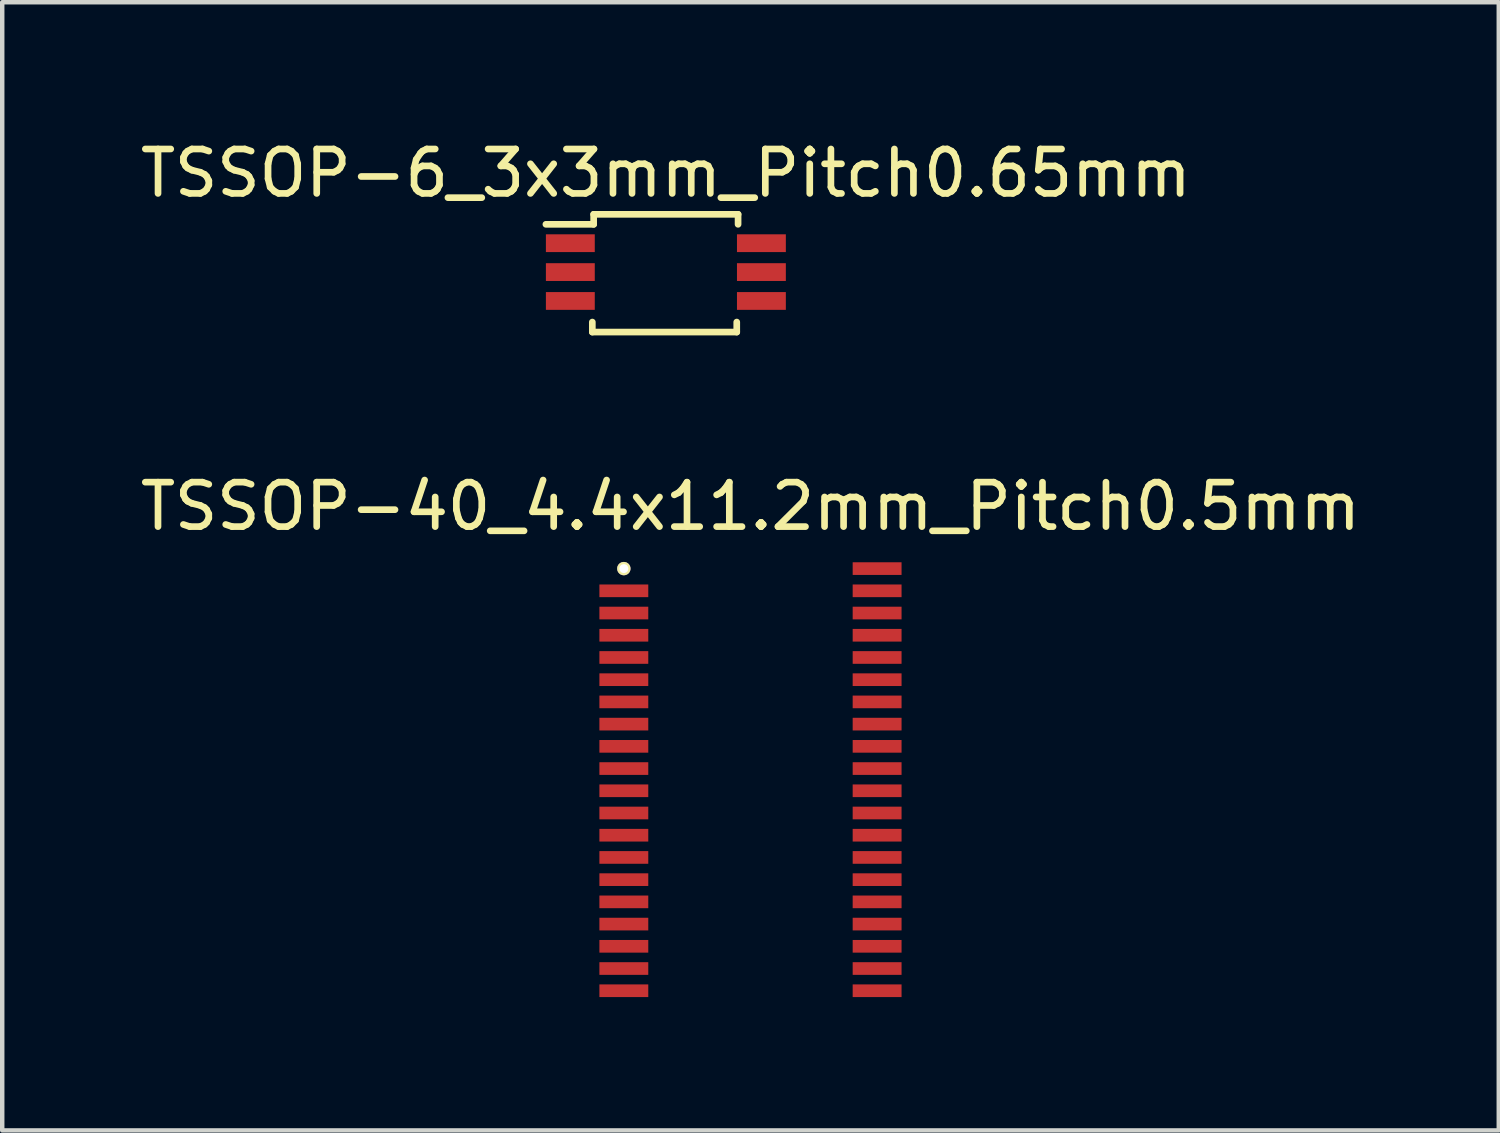
<source format=kicad_pcb>
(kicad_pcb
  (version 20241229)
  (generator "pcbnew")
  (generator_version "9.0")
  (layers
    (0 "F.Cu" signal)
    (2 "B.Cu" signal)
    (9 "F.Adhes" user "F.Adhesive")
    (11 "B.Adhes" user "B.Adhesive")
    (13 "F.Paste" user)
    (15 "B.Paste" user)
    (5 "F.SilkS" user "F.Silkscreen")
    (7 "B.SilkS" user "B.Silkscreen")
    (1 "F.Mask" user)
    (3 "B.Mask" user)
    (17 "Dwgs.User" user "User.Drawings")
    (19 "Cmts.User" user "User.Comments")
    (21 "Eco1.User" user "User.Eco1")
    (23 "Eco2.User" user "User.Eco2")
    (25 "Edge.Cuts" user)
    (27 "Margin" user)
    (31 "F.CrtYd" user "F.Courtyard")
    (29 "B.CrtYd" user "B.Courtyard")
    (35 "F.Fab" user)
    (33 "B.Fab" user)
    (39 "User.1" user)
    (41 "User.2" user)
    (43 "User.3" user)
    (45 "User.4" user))
  (footprint "TSSOP-6_3x3mm_Pitch0.65mm"
    (layer "F.Cu")
    (at 11.935 3.398)
    (property "Reference" "TSSOP-6_3x3mm_Pitch0.65mm" (at 0 -2.55 0) (layer "F.SilkS") (effects (font (size 1 1) (thickness 0.15))))
    (attr smd)
    (fp_line (start -1.655 1.025) (end -1.655 0.8) (stroke (width 0.15) (type solid)) (layer "F.SilkS"))
    (fp_line (start -1.655 1.025) (end 1.595 1.025) (stroke (width 0.15) (type solid)) (layer "F.SilkS"))
    (fp_line (start -1.625 -1.625) (end -1.625 -1.4) (stroke (width 0.15) (type solid)) (layer "F.SilkS"))
    (fp_line (start -1.625 -1.625) (end 1.625 -1.625) (stroke (width 0.15) (type solid)) (layer "F.SilkS"))
    (fp_line (start -1.625 -1.4) (end -2.7 -1.4) (stroke (width 0.15) (type solid)) (layer "F.SilkS"))
    (fp_line (start 1.595 1.025) (end 1.595 0.8) (stroke (width 0.15) (type solid)) (layer "F.SilkS"))
    (fp_line (start 1.625 -1.625) (end 1.625 -1.4) (stroke (width 0.15) (type solid)) (layer "F.SilkS"))
    (pad "1" smd rect (at -2.15 -0.975) (size 1.1 0.4) (layers "F.Cu" "F.Mask" "F.Paste"))
    (pad "2" smd rect (at -2.15 -0.325) (size 1.1 0.4) (layers "F.Cu" "F.Mask" "F.Paste"))
    (pad "3" smd rect (at -2.15 0.325) (size 1.1 0.4) (layers "F.Cu" "F.Mask" "F.Paste"))
    (pad "4" smd rect (at 2.15 0.325) (size 1.1 0.4) (layers "F.Cu" "F.Mask" "F.Paste"))
    (pad "5" smd rect (at 2.15 -0.325) (size 1.1 0.4) (layers "F.Cu" "F.Mask" "F.Paste"))
    (pad "6" smd rect (at 2.15 -0.975) (size 1.1 0.4) (layers "F.Cu" "F.Mask" "F.Paste")))
  (footprint "TSSOP-40_4.4x11.2mm_Pitch0.5mm"
    (layer "F.Cu")
    (at 13.839 14.496)
    (property "Reference" "TSSOP-40_4.4x11.2mm_Pitch0.5mm" (at 0 -6.15 0) (layer "F.SilkS") (effects (font (size 1 1) (thickness 0.15))))
    (attr smd)
    (pad "1" thru_hole circle (at -2.85 -4.75) (size 0.3 0.3) (drill 0.2) (layers "*.Cu" "*.Mask" "F.SilkS"))
    (pad "2" smd rect (at -2.85 -4.25) (size 1.1 0.285) (layers "F.Cu" "F.Mask" "F.Paste"))
    (pad "3" smd rect (at -2.85 -3.75) (size 1.1 0.285) (layers "F.Cu" "F.Mask" "F.Paste"))
    (pad "4" smd rect (at -2.85 -3.25) (size 1.1 0.285) (layers "F.Cu" "F.Mask" "F.Paste"))
    (pad "5" smd rect (at -2.85 -2.75) (size 1.1 0.285) (layers "F.Cu" "F.Mask" "F.Paste"))
    (pad "6" smd rect (at -2.85 -2.25) (size 1.1 0.285) (layers "F.Cu" "F.Mask" "F.Paste"))
    (pad "7" smd rect (at -2.85 -1.75) (size 1.1 0.285) (layers "F.Cu" "F.Mask" "F.Paste"))
    (pad "8" smd rect (at -2.85 -1.25) (size 1.1 0.285) (layers "F.Cu" "F.Mask" "F.Paste"))
    (pad "9" smd rect (at -2.85 -0.75) (size 1.1 0.285) (layers "F.Cu" "F.Mask" "F.Paste"))
    (pad "10" smd rect (at -2.85 -0.25) (size 1.1 0.285) (layers "F.Cu" "F.Mask" "F.Paste"))
    (pad "11" smd rect (at -2.85 0.25) (size 1.1 0.285) (layers "F.Cu" "F.Mask" "F.Paste"))
    (pad "12" smd rect (at -2.85 0.75) (size 1.1 0.285) (layers "F.Cu" "F.Mask" "F.Paste"))
    (pad "13" smd rect (at -2.85 1.25) (size 1.1 0.285) (layers "F.Cu" "F.Mask" "F.Paste"))
    (pad "14" smd rect (at -2.85 1.75) (size 1.1 0.285) (layers "F.Cu" "F.Mask" "F.Paste"))
    (pad "15" smd rect (at -2.85 2.25) (size 1.1 0.285) (layers "F.Cu" "F.Mask" "F.Paste"))
    (pad "16" smd rect (at -2.85 2.75) (size 1.1 0.285) (layers "F.Cu" "F.Mask" "F.Paste"))
    (pad "17" smd rect (at -2.85 3.25) (size 1.1 0.285) (layers "F.Cu" "F.Mask" "F.Paste"))
    (pad "18" smd rect (at -2.85 3.75) (size 1.1 0.285) (layers "F.Cu" "F.Mask" "F.Paste"))
    (pad "19" smd rect (at -2.85 4.25) (size 1.1 0.285) (layers "F.Cu" "F.Mask" "F.Paste"))
    (pad "20" smd rect (at -2.85 4.75) (size 1.1 0.285) (layers "F.Cu" "F.Mask" "F.Paste"))
    (pad "21" smd rect (at 2.85 4.75) (size 1.1 0.285) (layers "F.Cu" "F.Mask" "F.Paste"))
    (pad "22" smd rect (at 2.85 4.25) (size 1.1 0.285) (layers "F.Cu" "F.Mask" "F.Paste"))
    (pad "23" smd rect (at 2.85 3.75) (size 1.1 0.285) (layers "F.Cu" "F.Mask" "F.Paste"))
    (pad "24" smd rect (at 2.85 3.25) (size 1.1 0.285) (layers "F.Cu" "F.Mask" "F.Paste"))
    (pad "25" smd rect (at 2.85 2.75) (size 1.1 0.285) (layers "F.Cu" "F.Mask" "F.Paste"))
    (pad "26" smd rect (at 2.85 2.25) (size 1.1 0.285) (layers "F.Cu" "F.Mask" "F.Paste"))
    (pad "27" smd rect (at 2.85 1.75) (size 1.1 0.285) (layers "F.Cu" "F.Mask" "F.Paste"))
    (pad "28" smd rect (at 2.85 1.25) (size 1.1 0.285) (layers "F.Cu" "F.Mask" "F.Paste"))
    (pad "29" smd rect (at 2.85 0.75) (size 1.1 0.285) (layers "F.Cu" "F.Mask" "F.Paste"))
    (pad "30" smd rect (at 2.85 0.25) (size 1.1 0.285) (layers "F.Cu" "F.Mask" "F.Paste"))
    (pad "31" smd rect (at 2.85 -0.25) (size 1.1 0.285) (layers "F.Cu" "F.Mask" "F.Paste"))
    (pad "32" smd rect (at 2.85 -0.75) (size 1.1 0.285) (layers "F.Cu" "F.Mask" "F.Paste"))
    (pad "33" smd rect (at 2.85 -1.25) (size 1.1 0.285) (layers "F.Cu" "F.Mask" "F.Paste"))
    (pad "34" smd rect (at 2.85 -1.75) (size 1.1 0.285) (layers "F.Cu" "F.Mask" "F.Paste"))
    (pad "35" smd rect (at 2.85 -2.25) (size 1.1 0.285) (layers "F.Cu" "F.Mask" "F.Paste"))
    (pad "36" smd rect (at 2.85 -2.75) (size 1.1 0.285) (layers "F.Cu" "F.Mask" "F.Paste"))
    (pad "37" smd rect (at 2.85 -3.25) (size 1.1 0.285) (layers "F.Cu" "F.Mask" "F.Paste"))
    (pad "38" smd rect (at 2.85 -3.75) (size 1.1 0.285) (layers "F.Cu" "F.Mask" "F.Paste"))
    (pad "39" smd rect (at 2.85 -4.25) (size 1.1 0.285) (layers "F.Cu" "F.Mask" "F.Paste"))
    (pad "40" smd rect (at 2.85 -4.75) (size 1.1 0.285) (layers "F.Cu" "F.Mask" "F.Paste")))
  (gr_rect
    (start -3 -3)
    (end 30.679 22.389)
    (stroke (width 0.1) (type default))
    (fill no)
    (layer "Edge.Cuts")))
</source>
